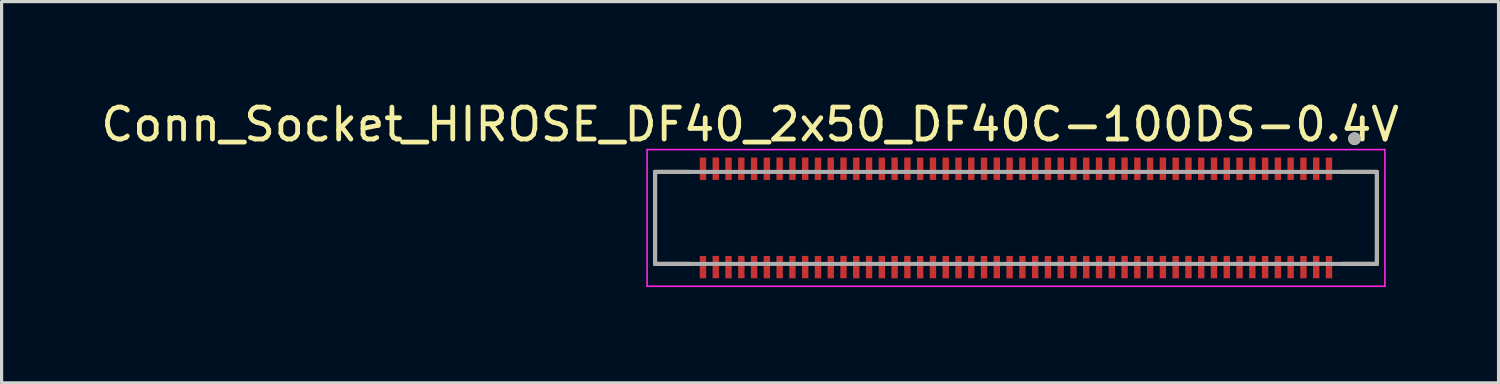
<source format=kicad_pcb>
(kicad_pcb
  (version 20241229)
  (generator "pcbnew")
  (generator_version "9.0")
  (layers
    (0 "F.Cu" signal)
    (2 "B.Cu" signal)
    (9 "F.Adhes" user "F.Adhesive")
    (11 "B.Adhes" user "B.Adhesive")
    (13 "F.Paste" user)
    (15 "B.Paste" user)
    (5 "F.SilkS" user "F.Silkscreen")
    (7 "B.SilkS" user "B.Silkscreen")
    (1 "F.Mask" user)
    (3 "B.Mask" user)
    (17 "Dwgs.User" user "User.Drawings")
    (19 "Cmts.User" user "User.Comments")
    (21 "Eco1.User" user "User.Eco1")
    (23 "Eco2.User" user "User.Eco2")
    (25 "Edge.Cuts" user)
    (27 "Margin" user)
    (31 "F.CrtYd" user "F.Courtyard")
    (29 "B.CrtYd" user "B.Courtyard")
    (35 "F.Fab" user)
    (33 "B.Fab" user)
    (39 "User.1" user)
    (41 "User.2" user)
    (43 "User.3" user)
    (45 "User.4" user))
  (footprint "Conn_Socket_HIROSE_DF40_2x50_DF40C-100DS-0.4V"
    (layer "F.Cu")
    (at 28.76 3.773)
    (property "Reference" "Conn_Socket_HIROSE_DF40_2x50_DF40C-100DS-0.4V" (at -8.325 -2.925 0) (layer "F.SilkS") (effects (font (size 1 1) (thickness 0.15))))
    (attr smd)
    (fp_line (start -11.3 -1.44) (end -11.3 1.44) (stroke (width 0.127) (type solid)) (layer "F.SilkS"))
    (fp_line (start -11.3 1.44) (end -10.22 1.44) (stroke (width 0.127) (type solid)) (layer "F.SilkS"))
    (fp_line (start -10.22 -1.44) (end -11.3 -1.44) (stroke (width 0.127) (type solid)) (layer "F.SilkS"))
    (fp_line (start 11.3 -1.44) (end 10.22 -1.44) (stroke (width 0.127) (type solid)) (layer "F.SilkS"))
    (fp_line (start 11.3 -1.44) (end 11.3 1.44) (stroke (width 0.127) (type solid)) (layer "F.SilkS"))
    (fp_line (start 11.3 1.44) (end 10.22 1.44) (stroke (width 0.127) (type solid)) (layer "F.SilkS"))
    (fp_circle (center 10.6 -2.48) (end 10.7 -2.48) (stroke (width 0.2) (type solid)) (fill no) (layer "F.SilkS"))
    (fp_poly (pts (xy -9.889 -1.853) (xy -9.71 -1.853) (xy -9.71 -1.227) (xy -9.889 -1.227)) (stroke (width 0.01) (type solid)) (fill yes) (layer "F.Paste"))
    (fp_poly (pts (xy -9.889 1.227) (xy -9.71 1.227) (xy -9.71 1.853) (xy -9.889 1.853)) (stroke (width 0.01) (type solid)) (fill yes) (layer "F.Paste"))
    (fp_poly (pts (xy -9.489 -1.853) (xy -9.31 -1.853) (xy -9.31 -1.227) (xy -9.489 -1.227)) (stroke (width 0.01) (type solid)) (fill yes) (layer "F.Paste"))
    (fp_poly (pts (xy -9.489 1.227) (xy -9.31 1.227) (xy -9.31 1.853) (xy -9.489 1.853)) (stroke (width 0.01) (type solid)) (fill yes) (layer "F.Paste"))
    (fp_poly (pts (xy -9.089 -1.853) (xy -8.911 -1.853) (xy -8.911 -1.227) (xy -9.089 -1.227)) (stroke (width 0.01) (type solid)) (fill yes) (layer "F.Paste"))
    (fp_poly (pts (xy -9.089 1.227) (xy -8.911 1.227) (xy -8.911 1.853) (xy -9.089 1.853)) (stroke (width 0.01) (type solid)) (fill yes) (layer "F.Paste"))
    (fp_poly (pts (xy -8.69 -1.853) (xy -8.511 -1.853) (xy -8.511 -1.227) (xy -8.69 -1.227)) (stroke (width 0.01) (type solid)) (fill yes) (layer "F.Paste"))
    (fp_poly (pts (xy -8.69 1.227) (xy -8.511 1.227) (xy -8.511 1.853) (xy -8.69 1.853)) (stroke (width 0.01) (type solid)) (fill yes) (layer "F.Paste"))
    (fp_poly (pts (xy -8.29 -1.853) (xy -8.111 -1.853) (xy -8.111 -1.227) (xy -8.29 -1.227)) (stroke (width 0.01) (type solid)) (fill yes) (layer "F.Paste"))
    (fp_poly (pts (xy -8.29 1.227) (xy -8.111 1.227) (xy -8.111 1.853) (xy -8.29 1.853)) (stroke (width 0.01) (type solid)) (fill yes) (layer "F.Paste"))
    (fp_poly (pts (xy -7.889 -1.853) (xy -7.71 -1.853) (xy -7.71 -1.227) (xy -7.889 -1.227)) (stroke (width 0.01) (type solid)) (fill yes) (layer "F.Paste"))
    (fp_poly (pts (xy -7.889 1.227) (xy -7.71 1.227) (xy -7.71 1.853) (xy -7.889 1.853)) (stroke (width 0.01) (type solid)) (fill yes) (layer "F.Paste"))
    (fp_poly (pts (xy -7.489 -1.853) (xy -7.311 -1.853) (xy -7.311 -1.227) (xy -7.489 -1.227)) (stroke (width 0.01) (type solid)) (fill yes) (layer "F.Paste"))
    (fp_poly (pts (xy -7.489 1.227) (xy -7.311 1.227) (xy -7.311 1.853) (xy -7.489 1.853)) (stroke (width 0.01) (type solid)) (fill yes) (layer "F.Paste"))
    (fp_poly (pts (xy -7.09 -1.853) (xy -6.91 -1.853) (xy -6.91 -1.227) (xy -7.09 -1.227)) (stroke (width 0.01) (type solid)) (fill yes) (layer "F.Paste"))
    (fp_poly (pts (xy -7.09 1.227) (xy -6.91 1.227) (xy -6.91 1.853) (xy -7.09 1.853)) (stroke (width 0.01) (type solid)) (fill yes) (layer "F.Paste"))
    (fp_poly (pts (xy -6.689 -1.853) (xy -6.511 -1.853) (xy -6.511 -1.227) (xy -6.689 -1.227)) (stroke (width 0.01) (type solid)) (fill yes) (layer "F.Paste"))
    (fp_poly (pts (xy -6.689 1.227) (xy -6.511 1.227) (xy -6.511 1.853) (xy -6.689 1.853)) (stroke (width 0.01) (type solid)) (fill yes) (layer "F.Paste"))
    (fp_poly (pts (xy -6.29 -1.853) (xy -6.111 -1.853) (xy -6.111 -1.227) (xy -6.29 -1.227)) (stroke (width 0.01) (type solid)) (fill yes) (layer "F.Paste"))
    (fp_poly (pts (xy -6.29 1.227) (xy -6.111 1.227) (xy -6.111 1.853) (xy -6.29 1.853)) (stroke (width 0.01) (type solid)) (fill yes) (layer "F.Paste"))
    (fp_poly (pts (xy -5.889 -1.853) (xy -5.71 -1.853) (xy -5.71 -1.227) (xy -5.889 -1.227)) (stroke (width 0.01) (type solid)) (fill yes) (layer "F.Paste"))
    (fp_poly (pts (xy -5.889 1.227) (xy -5.71 1.227) (xy -5.71 1.853) (xy -5.889 1.853)) (stroke (width 0.01) (type solid)) (fill yes) (layer "F.Paste"))
    (fp_poly (pts (xy -5.489 -1.853) (xy -5.311 -1.853) (xy -5.311 -1.227) (xy -5.489 -1.227)) (stroke (width 0.01) (type solid)) (fill yes) (layer "F.Paste"))
    (fp_poly (pts (xy -5.489 1.227) (xy -5.311 1.227) (xy -5.311 1.853) (xy -5.489 1.853)) (stroke (width 0.01) (type solid)) (fill yes) (layer "F.Paste"))
    (fp_poly (pts (xy -5.09 -1.853) (xy -4.91 -1.853) (xy -4.91 -1.227) (xy -5.09 -1.227)) (stroke (width 0.01) (type solid)) (fill yes) (layer "F.Paste"))
    (fp_poly (pts (xy -5.09 1.227) (xy -4.91 1.227) (xy -4.91 1.853) (xy -5.09 1.853)) (stroke (width 0.01) (type solid)) (fill yes) (layer "F.Paste"))
    (fp_poly (pts (xy -4.689 -1.853) (xy -4.511 -1.853) (xy -4.511 -1.227) (xy -4.689 -1.227)) (stroke (width 0.01) (type solid)) (fill yes) (layer "F.Paste"))
    (fp_poly (pts (xy -4.689 1.227) (xy -4.511 1.227) (xy -4.511 1.853) (xy -4.689 1.853)) (stroke (width 0.01) (type solid)) (fill yes) (layer "F.Paste"))
    (fp_poly (pts (xy -4.29 -1.853) (xy -4.111 -1.853) (xy -4.111 -1.227) (xy -4.29 -1.227)) (stroke (width 0.01) (type solid)) (fill yes) (layer "F.Paste"))
    (fp_poly (pts (xy -4.29 1.227) (xy -4.111 1.227) (xy -4.111 1.853) (xy -4.29 1.853)) (stroke (width 0.01) (type solid)) (fill yes) (layer "F.Paste"))
    (fp_poly (pts (xy -3.889 -1.853) (xy -3.711 -1.853) (xy -3.711 -1.227) (xy -3.889 -1.227)) (stroke (width 0.01) (type solid)) (fill yes) (layer "F.Paste"))
    (fp_poly (pts (xy -3.889 1.227) (xy -3.711 1.227) (xy -3.711 1.853) (xy -3.889 1.853)) (stroke (width 0.01) (type solid)) (fill yes) (layer "F.Paste"))
    (fp_poly (pts (xy -3.49 -1.853) (xy -3.311 -1.853) (xy -3.311 -1.227) (xy -3.49 -1.227)) (stroke (width 0.01) (type solid)) (fill yes) (layer "F.Paste"))
    (fp_poly (pts (xy -3.49 1.227) (xy -3.311 1.227) (xy -3.311 1.853) (xy -3.49 1.853)) (stroke (width 0.01) (type solid)) (fill yes) (layer "F.Paste"))
    (fp_poly (pts (xy -3.09 -1.853) (xy -2.91 -1.853) (xy -2.91 -1.227) (xy -3.09 -1.227)) (stroke (width 0.01) (type solid)) (fill yes) (layer "F.Paste"))
    (fp_poly (pts (xy -3.09 1.227) (xy -2.91 1.227) (xy -2.91 1.853) (xy -3.09 1.853)) (stroke (width 0.01) (type solid)) (fill yes) (layer "F.Paste"))
    (fp_poly (pts (xy -2.689 -1.853) (xy -2.51 -1.853) (xy -2.51 -1.227) (xy -2.689 -1.227)) (stroke (width 0.01) (type solid)) (fill yes) (layer "F.Paste"))
    (fp_poly (pts (xy -2.689 1.227) (xy -2.51 1.227) (xy -2.51 1.853) (xy -2.689 1.853)) (stroke (width 0.01) (type solid)) (fill yes) (layer "F.Paste"))
    (fp_poly (pts (xy -2.289 -1.853) (xy -2.111 -1.853) (xy -2.111 -1.227) (xy -2.289 -1.227)) (stroke (width 0.01) (type solid)) (fill yes) (layer "F.Paste"))
    (fp_poly (pts (xy -2.289 1.227) (xy -2.111 1.227) (xy -2.111 1.853) (xy -2.289 1.853)) (stroke (width 0.01) (type solid)) (fill yes) (layer "F.Paste"))
    (fp_poly (pts (xy -1.889 -1.853) (xy -1.71 -1.853) (xy -1.71 -1.227) (xy -1.889 -1.227)) (stroke (width 0.01) (type solid)) (fill yes) (layer "F.Paste"))
    (fp_poly (pts (xy -1.889 1.227) (xy -1.71 1.227) (xy -1.71 1.853) (xy -1.889 1.853)) (stroke (width 0.01) (type solid)) (fill yes) (layer "F.Paste"))
    (fp_poly (pts (xy -1.49 -1.853) (xy -1.31 -1.853) (xy -1.31 -1.227) (xy -1.49 -1.227)) (stroke (width 0.01) (type solid)) (fill yes) (layer "F.Paste"))
    (fp_poly (pts (xy -1.49 1.227) (xy -1.31 1.227) (xy -1.31 1.853) (xy -1.49 1.853)) (stroke (width 0.01) (type solid)) (fill yes) (layer "F.Paste"))
    (fp_poly (pts (xy -1.089 -1.853) (xy -0.91 -1.853) (xy -0.91 -1.227) (xy -1.089 -1.227)) (stroke (width 0.01) (type solid)) (fill yes) (layer "F.Paste"))
    (fp_poly (pts (xy -1.089 1.227) (xy -0.91 1.227) (xy -0.91 1.853) (xy -1.089 1.853)) (stroke (width 0.01) (type solid)) (fill yes) (layer "F.Paste"))
    (fp_poly (pts (xy -0.69 -1.853) (xy -0.51 -1.853) (xy -0.51 -1.227) (xy -0.69 -1.227)) (stroke (width 0.01) (type solid)) (fill yes) (layer "F.Paste"))
    (fp_poly (pts (xy -0.69 1.227) (xy -0.51 1.227) (xy -0.51 1.853) (xy -0.69 1.853)) (stroke (width 0.01) (type solid)) (fill yes) (layer "F.Paste"))
    (fp_poly (pts (xy -0.289 -1.853) (xy -0.111 -1.853) (xy -0.111 -1.227) (xy -0.289 -1.227)) (stroke (width 0.01) (type solid)) (fill yes) (layer "F.Paste"))
    (fp_poly (pts (xy -0.289 1.227) (xy -0.111 1.227) (xy -0.111 1.853) (xy -0.289 1.853)) (stroke (width 0.01) (type solid)) (fill yes) (layer "F.Paste"))
    (fp_poly (pts (xy 0.111 -1.853) (xy 0.289 -1.853) (xy 0.289 -1.227) (xy 0.111 -1.227)) (stroke (width 0.01) (type solid)) (fill yes) (layer "F.Paste"))
    (fp_poly (pts (xy 0.111 1.227) (xy 0.289 1.227) (xy 0.289 1.853) (xy 0.111 1.853)) (stroke (width 0.01) (type solid)) (fill yes) (layer "F.Paste"))
    (fp_poly (pts (xy 0.51 -1.853) (xy 0.69 -1.853) (xy 0.69 -1.227) (xy 0.51 -1.227)) (stroke (width 0.01) (type solid)) (fill yes) (layer "F.Paste"))
    (fp_poly (pts (xy 0.51 1.227) (xy 0.69 1.227) (xy 0.69 1.853) (xy 0.51 1.853)) (stroke (width 0.01) (type solid)) (fill yes) (layer "F.Paste"))
    (fp_poly (pts (xy 0.91 -1.853) (xy 1.089 -1.853) (xy 1.089 -1.227) (xy 0.91 -1.227)) (stroke (width 0.01) (type solid)) (fill yes) (layer "F.Paste"))
    (fp_poly (pts (xy 0.91 1.227) (xy 1.089 1.227) (xy 1.089 1.853) (xy 0.91 1.853)) (stroke (width 0.01) (type solid)) (fill yes) (layer "F.Paste"))
    (fp_poly (pts (xy 1.31 -1.853) (xy 1.49 -1.853) (xy 1.49 -1.227) (xy 1.31 -1.227)) (stroke (width 0.01) (type solid)) (fill yes) (layer "F.Paste"))
    (fp_poly (pts (xy 1.31 1.227) (xy 1.49 1.227) (xy 1.49 1.853) (xy 1.31 1.853)) (stroke (width 0.01) (type solid)) (fill yes) (layer "F.Paste"))
    (fp_poly (pts (xy 1.71 -1.853) (xy 1.889 -1.853) (xy 1.889 -1.227) (xy 1.71 -1.227)) (stroke (width 0.01) (type solid)) (fill yes) (layer "F.Paste"))
    (fp_poly (pts (xy 1.71 1.227) (xy 1.889 1.227) (xy 1.889 1.853) (xy 1.71 1.853)) (stroke (width 0.01) (type solid)) (fill yes) (layer "F.Paste"))
    (fp_poly (pts (xy 2.111 -1.853) (xy 2.289 -1.853) (xy 2.289 -1.227) (xy 2.111 -1.227)) (stroke (width 0.01) (type solid)) (fill yes) (layer "F.Paste"))
    (fp_poly (pts (xy 2.111 1.227) (xy 2.289 1.227) (xy 2.289 1.853) (xy 2.111 1.853)) (stroke (width 0.01) (type solid)) (fill yes) (layer "F.Paste"))
    (fp_poly (pts (xy 2.51 -1.853) (xy 2.689 -1.853) (xy 2.689 -1.227) (xy 2.51 -1.227)) (stroke (width 0.01) (type solid)) (fill yes) (layer "F.Paste"))
    (fp_poly (pts (xy 2.51 1.227) (xy 2.689 1.227) (xy 2.689 1.853) (xy 2.51 1.853)) (stroke (width 0.01) (type solid)) (fill yes) (layer "F.Paste"))
    (fp_poly (pts (xy 2.91 -1.853) (xy 3.09 -1.853) (xy 3.09 -1.227) (xy 2.91 -1.227)) (stroke (width 0.01) (type solid)) (fill yes) (layer "F.Paste"))
    (fp_poly (pts (xy 2.91 1.227) (xy 3.09 1.227) (xy 3.09 1.853) (xy 2.91 1.853)) (stroke (width 0.01) (type solid)) (fill yes) (layer "F.Paste"))
    (fp_poly (pts (xy 3.311 -1.853) (xy 3.49 -1.853) (xy 3.49 -1.227) (xy 3.311 -1.227)) (stroke (width 0.01) (type solid)) (fill yes) (layer "F.Paste"))
    (fp_poly (pts (xy 3.311 1.227) (xy 3.49 1.227) (xy 3.49 1.853) (xy 3.311 1.853)) (stroke (width 0.01) (type solid)) (fill yes) (layer "F.Paste"))
    (fp_poly (pts (xy 3.711 -1.853) (xy 3.889 -1.853) (xy 3.889 -1.227) (xy 3.711 -1.227)) (stroke (width 0.01) (type solid)) (fill yes) (layer "F.Paste"))
    (fp_poly (pts (xy 3.711 1.227) (xy 3.889 1.227) (xy 3.889 1.853) (xy 3.711 1.853)) (stroke (width 0.01) (type solid)) (fill yes) (layer "F.Paste"))
    (fp_poly (pts (xy 4.111 -1.853) (xy 4.29 -1.853) (xy 4.29 -1.227) (xy 4.111 -1.227)) (stroke (width 0.01) (type solid)) (fill yes) (layer "F.Paste"))
    (fp_poly (pts (xy 4.111 1.227) (xy 4.29 1.227) (xy 4.29 1.853) (xy 4.111 1.853)) (stroke (width 0.01) (type solid)) (fill yes) (layer "F.Paste"))
    (fp_poly (pts (xy 4.511 -1.853) (xy 4.689 -1.853) (xy 4.689 -1.227) (xy 4.511 -1.227)) (stroke (width 0.01) (type solid)) (fill yes) (layer "F.Paste"))
    (fp_poly (pts (xy 4.511 1.227) (xy 4.689 1.227) (xy 4.689 1.853) (xy 4.511 1.853)) (stroke (width 0.01) (type solid)) (fill yes) (layer "F.Paste"))
    (fp_poly (pts (xy 4.91 -1.853) (xy 5.09 -1.853) (xy 5.09 -1.227) (xy 4.91 -1.227)) (stroke (width 0.01) (type solid)) (fill yes) (layer "F.Paste"))
    (fp_poly (pts (xy 4.91 1.227) (xy 5.09 1.227) (xy 5.09 1.853) (xy 4.91 1.853)) (stroke (width 0.01) (type solid)) (fill yes) (layer "F.Paste"))
    (fp_poly (pts (xy 5.311 -1.853) (xy 5.489 -1.853) (xy 5.489 -1.227) (xy 5.311 -1.227)) (stroke (width 0.01) (type solid)) (fill yes) (layer "F.Paste"))
    (fp_poly (pts (xy 5.311 1.227) (xy 5.489 1.227) (xy 5.489 1.853) (xy 5.311 1.853)) (stroke (width 0.01) (type solid)) (fill yes) (layer "F.Paste"))
    (fp_poly (pts (xy 5.71 -1.853) (xy 5.889 -1.853) (xy 5.889 -1.227) (xy 5.71 -1.227)) (stroke (width 0.01) (type solid)) (fill yes) (layer "F.Paste"))
    (fp_poly (pts (xy 5.71 1.227) (xy 5.889 1.227) (xy 5.889 1.853) (xy 5.71 1.853)) (stroke (width 0.01) (type solid)) (fill yes) (layer "F.Paste"))
    (fp_poly (pts (xy 6.111 -1.853) (xy 6.29 -1.853) (xy 6.29 -1.227) (xy 6.111 -1.227)) (stroke (width 0.01) (type solid)) (fill yes) (layer "F.Paste"))
    (fp_poly (pts (xy 6.111 1.227) (xy 6.29 1.227) (xy 6.29 1.853) (xy 6.111 1.853)) (stroke (width 0.01) (type solid)) (fill yes) (layer "F.Paste"))
    (fp_poly (pts (xy 6.511 -1.853) (xy 6.689 -1.853) (xy 6.689 -1.227) (xy 6.511 -1.227)) (stroke (width 0.01) (type solid)) (fill yes) (layer "F.Paste"))
    (fp_poly (pts (xy 6.511 1.227) (xy 6.689 1.227) (xy 6.689 1.853) (xy 6.511 1.853)) (stroke (width 0.01) (type solid)) (fill yes) (layer "F.Paste"))
    (fp_poly (pts (xy 6.91 -1.853) (xy 7.09 -1.853) (xy 7.09 -1.227) (xy 6.91 -1.227)) (stroke (width 0.01) (type solid)) (fill yes) (layer "F.Paste"))
    (fp_poly (pts (xy 6.91 1.227) (xy 7.09 1.227) (xy 7.09 1.853) (xy 6.91 1.853)) (stroke (width 0.01) (type solid)) (fill yes) (layer "F.Paste"))
    (fp_poly (pts (xy 7.311 -1.853) (xy 7.489 -1.853) (xy 7.489 -1.227) (xy 7.311 -1.227)) (stroke (width 0.01) (type solid)) (fill yes) (layer "F.Paste"))
    (fp_poly (pts (xy 7.311 1.227) (xy 7.489 1.227) (xy 7.489 1.853) (xy 7.311 1.853)) (stroke (width 0.01) (type solid)) (fill yes) (layer "F.Paste"))
    (fp_poly (pts (xy 7.71 -1.853) (xy 7.889 -1.853) (xy 7.889 -1.227) (xy 7.71 -1.227)) (stroke (width 0.01) (type solid)) (fill yes) (layer "F.Paste"))
    (fp_poly (pts (xy 7.71 1.227) (xy 7.889 1.227) (xy 7.889 1.853) (xy 7.71 1.853)) (stroke (width 0.01) (type solid)) (fill yes) (layer "F.Paste"))
    (fp_poly (pts (xy 8.111 -1.853) (xy 8.29 -1.853) (xy 8.29 -1.227) (xy 8.111 -1.227)) (stroke (width 0.01) (type solid)) (fill yes) (layer "F.Paste"))
    (fp_poly (pts (xy 8.111 1.227) (xy 8.29 1.227) (xy 8.29 1.853) (xy 8.111 1.853)) (stroke (width 0.01) (type solid)) (fill yes) (layer "F.Paste"))
    (fp_poly (pts (xy 8.511 -1.853) (xy 8.69 -1.853) (xy 8.69 -1.227) (xy 8.511 -1.227)) (stroke (width 0.01) (type solid)) (fill yes) (layer "F.Paste"))
    (fp_poly (pts (xy 8.511 1.227) (xy 8.69 1.227) (xy 8.69 1.853) (xy 8.511 1.853)) (stroke (width 0.01) (type solid)) (fill yes) (layer "F.Paste"))
    (fp_poly (pts (xy 8.911 -1.853) (xy 9.089 -1.853) (xy 9.089 -1.227) (xy 8.911 -1.227)) (stroke (width 0.01) (type solid)) (fill yes) (layer "F.Paste"))
    (fp_poly (pts (xy 8.911 1.227) (xy 9.089 1.227) (xy 9.089 1.853) (xy 8.911 1.853)) (stroke (width 0.01) (type solid)) (fill yes) (layer "F.Paste"))
    (fp_poly (pts (xy 9.31 -1.853) (xy 9.489 -1.853) (xy 9.489 -1.227) (xy 9.31 -1.227)) (stroke (width 0.01) (type solid)) (fill yes) (layer "F.Paste"))
    (fp_poly (pts (xy 9.31 1.227) (xy 9.489 1.227) (xy 9.489 1.853) (xy 9.31 1.853)) (stroke (width 0.01) (type solid)) (fill yes) (layer "F.Paste"))
    (fp_poly (pts (xy 9.71 -1.853) (xy 9.889 -1.853) (xy 9.889 -1.227) (xy 9.71 -1.227)) (stroke (width 0.01) (type solid)) (fill yes) (layer "F.Paste"))
    (fp_poly (pts (xy 9.71 1.227) (xy 9.889 1.227) (xy 9.889 1.853) (xy 9.71 1.853)) (stroke (width 0.01) (type solid)) (fill yes) (layer "F.Paste"))
    (fp_line (start -11.55 -2.14) (end -11.55 2.14) (stroke (width 0.05) (type solid)) (layer "F.CrtYd"))
    (fp_line (start -11.55 2.14) (end 11.55 2.14) (stroke (width 0.05) (type solid)) (layer "F.CrtYd"))
    (fp_line (start 11.55 -2.14) (end -11.55 -2.14) (stroke (width 0.05) (type solid)) (layer "F.CrtYd"))
    (fp_line (start 11.55 2.14) (end 11.55 -2.14) (stroke (width 0.05) (type solid)) (layer "F.CrtYd"))
    (fp_line (start -11.3 -1.44) (end 11.3 -1.44) (stroke (width 0.127) (type solid)) (layer "F.Fab"))
    (fp_line (start -11.3 1.44) (end -11.3 -1.44) (stroke (width 0.127) (type solid)) (layer "F.Fab"))
    (fp_line (start 11.3 -1.44) (end 11.3 1.44) (stroke (width 0.127) (type solid)) (layer "F.Fab"))
    (fp_line (start 11.3 1.44) (end -11.3 1.44) (stroke (width 0.127) (type solid)) (layer "F.Fab"))
    (fp_circle (center 10.6 -2.48) (end 10.7 -2.48) (stroke (width 0.2) (type solid)) (fill no) (layer "F.Fab"))
    (pad "1" smd rect (at 9.8 -1.54) (size 0.2 0.7) (layers "F.Cu" "F.Mask"))
    (pad "2" smd rect (at 9.8 1.54) (size 0.2 0.7) (layers "F.Cu" "F.Mask"))
    (pad "3" smd rect (at 9.4 -1.54) (size 0.2 0.7) (layers "F.Cu" "F.Mask"))
    (pad "4" smd rect (at 9.4 1.54) (size 0.2 0.7) (layers "F.Cu" "F.Mask"))
    (pad "5" smd rect (at 9 -1.54) (size 0.2 0.7) (layers "F.Cu" "F.Mask"))
    (pad "6" smd rect (at 9 1.54) (size 0.2 0.7) (layers "F.Cu" "F.Mask"))
    (pad "7" smd rect (at 8.6 -1.54) (size 0.2 0.7) (layers "F.Cu" "F.Mask"))
    (pad "8" smd rect (at 8.6 1.54) (size 0.2 0.7) (layers "F.Cu" "F.Mask"))
    (pad "9" smd rect (at 8.2 -1.54) (size 0.2 0.7) (layers "F.Cu" "F.Mask"))
    (pad "10" smd rect (at 8.2 1.54) (size 0.2 0.7) (layers "F.Cu" "F.Mask"))
    (pad "11" smd rect (at 7.8 -1.54) (size 0.2 0.7) (layers "F.Cu" "F.Mask"))
    (pad "12" smd rect (at 7.8 1.54) (size 0.2 0.7) (layers "F.Cu" "F.Mask"))
    (pad "13" smd rect (at 7.4 -1.54) (size 0.2 0.7) (layers "F.Cu" "F.Mask"))
    (pad "14" smd rect (at 7.4 1.54) (size 0.2 0.7) (layers "F.Cu" "F.Mask"))
    (pad "15" smd rect (at 7 -1.54) (size 0.2 0.7) (layers "F.Cu" "F.Mask"))
    (pad "16" smd rect (at 7 1.54) (size 0.2 0.7) (layers "F.Cu" "F.Mask"))
    (pad "17" smd rect (at 6.6 -1.54) (size 0.2 0.7) (layers "F.Cu" "F.Mask"))
    (pad "18" smd rect (at 6.6 1.54) (size 0.2 0.7) (layers "F.Cu" "F.Mask"))
    (pad "19" smd rect (at 6.2 -1.54) (size 0.2 0.7) (layers "F.Cu" "F.Mask"))
    (pad "20" smd rect (at 6.2 1.54) (size 0.2 0.7) (layers "F.Cu" "F.Mask"))
    (pad "21" smd rect (at 5.8 -1.54) (size 0.2 0.7) (layers "F.Cu" "F.Mask"))
    (pad "22" smd rect (at 5.8 1.54) (size 0.2 0.7) (layers "F.Cu" "F.Mask"))
    (pad "23" smd rect (at 5.4 -1.54) (size 0.2 0.7) (layers "F.Cu" "F.Mask"))
    (pad "24" smd rect (at 5.4 1.54) (size 0.2 0.7) (layers "F.Cu" "F.Mask"))
    (pad "25" smd rect (at 5 -1.54) (size 0.2 0.7) (layers "F.Cu" "F.Mask"))
    (pad "26" smd rect (at 5 1.54) (size 0.2 0.7) (layers "F.Cu" "F.Mask"))
    (pad "27" smd rect (at 4.6 -1.54) (size 0.2 0.7) (layers "F.Cu" "F.Mask"))
    (pad "28" smd rect (at 4.6 1.54) (size 0.2 0.7) (layers "F.Cu" "F.Mask"))
    (pad "29" smd rect (at 4.2 -1.54) (size 0.2 0.7) (layers "F.Cu" "F.Mask"))
    (pad "30" smd rect (at 4.2 1.54) (size 0.2 0.7) (layers "F.Cu" "F.Mask"))
    (pad "31" smd rect (at 3.8 -1.54) (size 0.2 0.7) (layers "F.Cu" "F.Mask"))
    (pad "32" smd rect (at 3.8 1.54) (size 0.2 0.7) (layers "F.Cu" "F.Mask"))
    (pad "33" smd rect (at 3.4 -1.54) (size 0.2 0.7) (layers "F.Cu" "F.Mask"))
    (pad "34" smd rect (at 3.4 1.54) (size 0.2 0.7) (layers "F.Cu" "F.Mask"))
    (pad "35" smd rect (at 3 -1.54) (size 0.2 0.7) (layers "F.Cu" "F.Mask"))
    (pad "36" smd rect (at 3 1.54) (size 0.2 0.7) (layers "F.Cu" "F.Mask"))
    (pad "37" smd rect (at 2.6 -1.54) (size 0.2 0.7) (layers "F.Cu" "F.Mask"))
    (pad "38" smd rect (at 2.6 1.54) (size 0.2 0.7) (layers "F.Cu" "F.Mask"))
    (pad "39" smd rect (at 2.2 -1.54) (size 0.2 0.7) (layers "F.Cu" "F.Mask"))
    (pad "40" smd rect (at 2.2 1.54) (size 0.2 0.7) (layers "F.Cu" "F.Mask"))
    (pad "41" smd rect (at 1.8 -1.54) (size 0.2 0.7) (layers "F.Cu" "F.Mask"))
    (pad "42" smd rect (at 1.8 1.54) (size 0.2 0.7) (layers "F.Cu" "F.Mask"))
    (pad "43" smd rect (at 1.4 -1.54) (size 0.2 0.7) (layers "F.Cu" "F.Mask"))
    (pad "44" smd rect (at 1.4 1.54) (size 0.2 0.7) (layers "F.Cu" "F.Mask"))
    (pad "45" smd rect (at 1 -1.54) (size 0.2 0.7) (layers "F.Cu" "F.Mask"))
    (pad "46" smd rect (at 1 1.54) (size 0.2 0.7) (layers "F.Cu" "F.Mask"))
    (pad "47" smd rect (at 0.6 -1.54) (size 0.2 0.7) (layers "F.Cu" "F.Mask"))
    (pad "48" smd rect (at 0.6 1.54) (size 0.2 0.7) (layers "F.Cu" "F.Mask"))
    (pad "49" smd rect (at 0.2 -1.54) (size 0.2 0.7) (layers "F.Cu" "F.Mask"))
    (pad "50" smd rect (at 0.2 1.54) (size 0.2 0.7) (layers "F.Cu" "F.Mask"))
    (pad "51" smd rect (at -0.2 -1.54) (size 0.2 0.7) (layers "F.Cu" "F.Mask"))
    (pad "52" smd rect (at -0.2 1.54) (size 0.2 0.7) (layers "F.Cu" "F.Mask"))
    (pad "53" smd rect (at -0.6 -1.54) (size 0.2 0.7) (layers "F.Cu" "F.Mask"))
    (pad "54" smd rect (at -0.6 1.54) (size 0.2 0.7) (layers "F.Cu" "F.Mask"))
    (pad "55" smd rect (at -1 -1.54) (size 0.2 0.7) (layers "F.Cu" "F.Mask"))
    (pad "56" smd rect (at -1 1.54) (size 0.2 0.7) (layers "F.Cu" "F.Mask"))
    (pad "57" smd rect (at -1.4 -1.54) (size 0.2 0.7) (layers "F.Cu" "F.Mask"))
    (pad "58" smd rect (at -1.4 1.54) (size 0.2 0.7) (layers "F.Cu" "F.Mask"))
    (pad "59" smd rect (at -1.8 -1.54) (size 0.2 0.7) (layers "F.Cu" "F.Mask"))
    (pad "60" smd rect (at -1.8 1.54) (size 0.2 0.7) (layers "F.Cu" "F.Mask"))
    (pad "61" smd rect (at -2.2 -1.54) (size 0.2 0.7) (layers "F.Cu" "F.Mask"))
    (pad "62" smd rect (at -2.2 1.54) (size 0.2 0.7) (layers "F.Cu" "F.Mask"))
    (pad "63" smd rect (at -2.6 -1.54) (size 0.2 0.7) (layers "F.Cu" "F.Mask"))
    (pad "64" smd rect (at -2.6 1.54) (size 0.2 0.7) (layers "F.Cu" "F.Mask"))
    (pad "65" smd rect (at -3 -1.54) (size 0.2 0.7) (layers "F.Cu" "F.Mask"))
    (pad "66" smd rect (at -3 1.54) (size 0.2 0.7) (layers "F.Cu" "F.Mask"))
    (pad "67" smd rect (at -3.4 -1.54) (size 0.2 0.7) (layers "F.Cu" "F.Mask"))
    (pad "68" smd rect (at -3.4 1.54) (size 0.2 0.7) (layers "F.Cu" "F.Mask"))
    (pad "69" smd rect (at -3.8 -1.54) (size 0.2 0.7) (layers "F.Cu" "F.Mask"))
    (pad "70" smd rect (at -3.8 1.54) (size 0.2 0.7) (layers "F.Cu" "F.Mask"))
    (pad "71" smd rect (at -4.2 -1.54) (size 0.2 0.7) (layers "F.Cu" "F.Mask"))
    (pad "72" smd rect (at -4.2 1.54) (size 0.2 0.7) (layers "F.Cu" "F.Mask"))
    (pad "73" smd rect (at -4.6 -1.54) (size 0.2 0.7) (layers "F.Cu" "F.Mask"))
    (pad "74" smd rect (at -4.6 1.54) (size 0.2 0.7) (layers "F.Cu" "F.Mask"))
    (pad "75" smd rect (at -5 -1.54) (size 0.2 0.7) (layers "F.Cu" "F.Mask"))
    (pad "76" smd rect (at -5 1.54) (size 0.2 0.7) (layers "F.Cu" "F.Mask"))
    (pad "77" smd rect (at -5.4 -1.54) (size 0.2 0.7) (layers "F.Cu" "F.Mask"))
    (pad "78" smd rect (at -5.4 1.54) (size 0.2 0.7) (layers "F.Cu" "F.Mask"))
    (pad "79" smd rect (at -5.8 -1.54) (size 0.2 0.7) (layers "F.Cu" "F.Mask"))
    (pad "80" smd rect (at -5.8 1.54) (size 0.2 0.7) (layers "F.Cu" "F.Mask"))
    (pad "81" smd rect (at -6.2 -1.54) (size 0.2 0.7) (layers "F.Cu" "F.Mask"))
    (pad "82" smd rect (at -6.2 1.54) (size 0.2 0.7) (layers "F.Cu" "F.Mask"))
    (pad "83" smd rect (at -6.6 -1.54) (size 0.2 0.7) (layers "F.Cu" "F.Mask"))
    (pad "84" smd rect (at -6.6 1.54) (size 0.2 0.7) (layers "F.Cu" "F.Mask"))
    (pad "85" smd rect (at -7 -1.54) (size 0.2 0.7) (layers "F.Cu" "F.Mask"))
    (pad "86" smd rect (at -7 1.54) (size 0.2 0.7) (layers "F.Cu" "F.Mask"))
    (pad "87" smd rect (at -7.4 -1.54) (size 0.2 0.7) (layers "F.Cu" "F.Mask"))
    (pad "88" smd rect (at -7.4 1.54) (size 0.2 0.7) (layers "F.Cu" "F.Mask"))
    (pad "89" smd rect (at -7.8 -1.54) (size 0.2 0.7) (layers "F.Cu" "F.Mask"))
    (pad "90" smd rect (at -7.8 1.54) (size 0.2 0.7) (layers "F.Cu" "F.Mask"))
    (pad "91" smd rect (at -8.2 -1.54) (size 0.2 0.7) (layers "F.Cu" "F.Mask"))
    (pad "92" smd rect (at -8.2 1.54) (size 0.2 0.7) (layers "F.Cu" "F.Mask"))
    (pad "93" smd rect (at -8.6 -1.54) (size 0.2 0.7) (layers "F.Cu" "F.Mask" "F.Paste"))
    (pad "94" smd rect (at -8.6 1.54) (size 0.2 0.7) (layers "F.Cu" "F.Mask"))
    (pad "95" smd rect (at -9 -1.54) (size 0.2 0.7) (layers "F.Cu" "F.Mask" "F.Paste"))
    (pad "96" smd rect (at -9 1.54) (size 0.2 0.7) (layers "F.Cu" "F.Mask"))
    (pad "97" smd rect (at -9.4 -1.54) (size 0.2 0.7) (layers "F.Cu" "F.Mask" "F.Paste"))
    (pad "98" smd rect (at -9.4 1.54) (size 0.2 0.7) (layers "F.Cu" "F.Mask"))
    (pad "99" smd rect (at -9.8 -1.54) (size 0.2 0.7) (layers "F.Cu" "F.Mask" "F.Paste"))
    (pad "100" smd rect (at -9.8 1.54) (size 0.2 0.7) (layers "F.Cu" "F.Mask")))
  (gr_rect
    (start -3 -3)
    (end 43.869 8.938)
    (stroke (width 0.1) (type default))
    (fill no)
    (layer "Edge.Cuts")))
</source>
